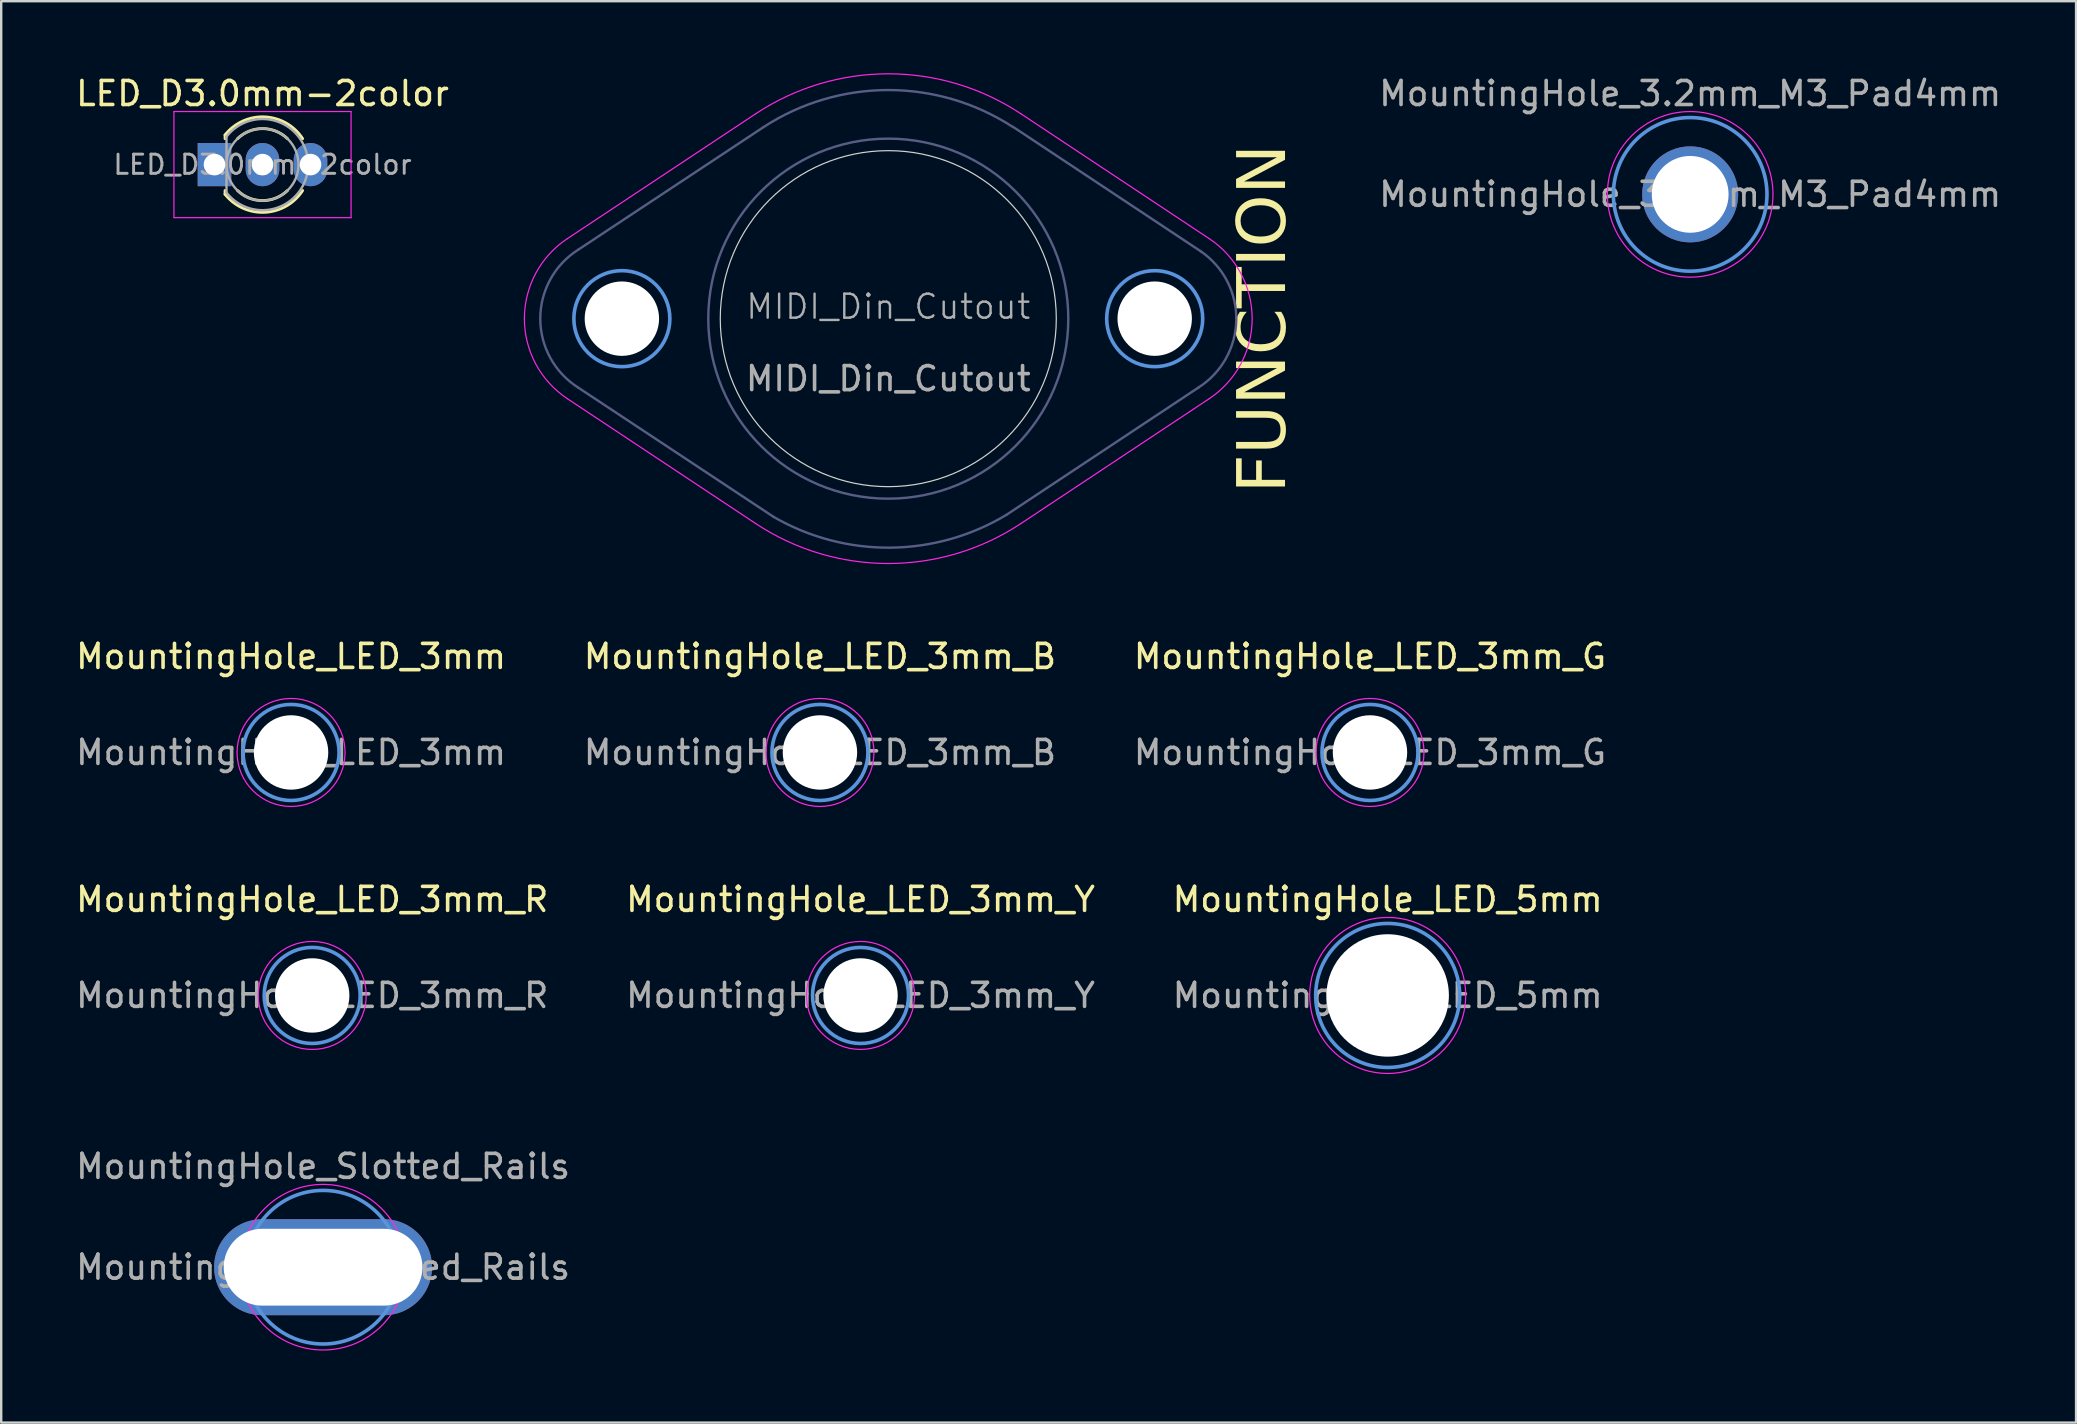
<source format=kicad_pcb>
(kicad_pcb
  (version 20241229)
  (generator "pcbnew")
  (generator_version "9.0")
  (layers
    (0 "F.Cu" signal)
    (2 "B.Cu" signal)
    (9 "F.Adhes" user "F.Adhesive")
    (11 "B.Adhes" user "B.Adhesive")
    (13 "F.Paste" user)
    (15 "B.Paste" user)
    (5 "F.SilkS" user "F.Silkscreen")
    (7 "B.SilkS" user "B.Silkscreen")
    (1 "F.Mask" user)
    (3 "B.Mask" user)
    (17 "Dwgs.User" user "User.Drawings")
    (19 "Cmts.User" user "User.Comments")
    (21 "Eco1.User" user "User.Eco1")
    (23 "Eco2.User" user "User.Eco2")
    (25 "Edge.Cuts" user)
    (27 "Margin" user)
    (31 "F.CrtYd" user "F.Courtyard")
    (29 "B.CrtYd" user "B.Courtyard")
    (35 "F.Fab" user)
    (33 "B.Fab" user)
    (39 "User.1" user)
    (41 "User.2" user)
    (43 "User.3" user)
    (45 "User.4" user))
  (footprint "MountingHole_3.2mm_M3_Pad4mm"
    (layer "F.Cu")
    (at 67.371 5.048)
    (property "Reference" "MountingHole_3.2mm_M3_Pad4mm" (at 0 -4.2 0) (layer "F.Fab") (effects (font (size 1 1) (thickness 0.15))))
    (attr exclude_from_pos_files exclude_from_bom)
    (fp_circle (center 0 0) (end 3.2 0) (stroke (width 0.15) (type solid)) (fill no) (layer "Cmts.User"))
    (fp_circle (center 0 0) (end 3.45 0) (stroke (width 0.05) (type solid)) (fill no) (layer "F.CrtYd"))
    (fp_text user "${REFERENCE}" (at 0 0 0) (layer "F.Fab") (effects (font (size 1 1) (thickness 0.15))))
    (pad "1" thru_hole circle (at 0 0) (size 4 4) (drill 3.2) (layers "*.Cu" "*.Mask")))
  (footprint "MountingHole_LED_3mm_G"
    (layer "F.Cu")
    (at 54.03 28.301)
    (property "Reference" "MountingHole_LED_3mm_G" (at 0 -4 0) (layer "F.SilkS") (effects (font (size 1 1) (thickness 0.15))))
    (attr exclude_from_pos_files exclude_from_bom)
    (fp_circle (center 0 0) (end 2 0) (stroke (width 0.15) (type solid)) (fill no) (layer "Cmts.User"))
    (fp_circle (center 0 0) (end 2.25 0) (stroke (width 0.05) (type solid)) (fill no) (layer "F.CrtYd"))
    (fp_text user "${REFERENCE}" (at 0 0 0) (layer "F.Fab") (effects (font (size 1 1) (thickness 0.15))))
    (pad "" np_thru_hole circle (at 0 0) (size 3.1 3.1) (drill 3.1) (layers "*.Cu" "*.Mask")))
  (footprint "MountingHole_Slotted_Rails"
    (layer "F.Cu")
    (at 10.411 49.748)
    (property "Reference" "MountingHole_Slotted_Rails" (at 0 -4.2 0) (layer "F.Fab") (effects (font (size 1 1) (thickness 0.15))))
    (attr exclude_from_pos_files exclude_from_bom)
    (fp_circle (center 0 0) (end 3.2 0) (stroke (width 0.15) (type solid)) (fill no) (layer "Cmts.User"))
    (fp_circle (center 0 0) (end 3.45 0) (stroke (width 0.05) (type solid)) (fill no) (layer "F.CrtYd"))
    (fp_text user "${REFERENCE}" (at 0 0 0) (layer "F.Fab") (effects (font (size 1 1) (thickness 0.15))))
    (pad "1" thru_hole oval (at 0 0) (size 9.08 4) (drill oval 8.28 3.2) (layers "*.Cu" "*.Mask")))
  (footprint "MountingHole_LED_3mm_R"
    (layer "F.Cu")
    (at 9.958 38.425)
    (property "Reference" "MountingHole_LED_3mm_R" (at 0 -4 0) (layer "F.SilkS") (effects (font (size 1 1) (thickness 0.15))))
    (attr exclude_from_pos_files exclude_from_bom)
    (fp_circle (center 0 0) (end 2 0) (stroke (width 0.15) (type solid)) (fill no) (layer "Cmts.User"))
    (fp_circle (center 0 0) (end 2.25 0) (stroke (width 0.05) (type solid)) (fill no) (layer "F.CrtYd"))
    (fp_text user "${REFERENCE}" (at 0 0 0) (layer "F.Fab") (effects (font (size 1 1) (thickness 0.15))))
    (pad "" np_thru_hole circle (at 0 0) (size 3.1 3.1) (drill 3.1) (layers "*.Cu" "*.Mask")))
  (footprint "MountingHole_LED_3mm"
    (layer "F.Cu")
    (at 9.077 28.301)
    (property "Reference" "MountingHole_LED_3mm" (at 0 -4 0) (layer "F.SilkS") (effects (font (size 1 1) (thickness 0.15))))
    (attr exclude_from_pos_files exclude_from_bom)
    (fp_circle (center 0 0) (end 2 0) (stroke (width 0.15) (type solid)) (fill no) (layer "Cmts.User"))
    (fp_circle (center 0 0) (end 2.25 0) (stroke (width 0.05) (type solid)) (fill no) (layer "F.CrtYd"))
    (fp_text user "${REFERENCE}" (at 0 0 0) (layer "F.Fab") (effects (font (size 1 1) (thickness 0.15))))
    (pad "" np_thru_hole circle (at 0 0) (size 3.1 3.1) (drill 3.1) (layers "*.Cu" "*.Mask")))
  (footprint "MountingHole_LED_3mm_Y"
    (layer "F.Cu")
    (at 32.804 38.425)
    (property "Reference" "MountingHole_LED_3mm_Y" (at 0 -4 0) (layer "F.SilkS") (effects (font (size 1 1) (thickness 0.15))))
    (attr exclude_from_pos_files exclude_from_bom)
    (fp_circle (center 0 0) (end 2 0) (stroke (width 0.15) (type solid)) (fill no) (layer "Cmts.User"))
    (fp_circle (center 0 0) (end 2.25 0) (stroke (width 0.05) (type solid)) (fill no) (layer "F.CrtYd"))
    (fp_text user "${REFERENCE}" (at 0 0 0) (layer "F.Fab") (effects (font (size 1 1) (thickness 0.15))))
    (pad "" np_thru_hole circle (at 0 0) (size 3.1 3.1) (drill 3.1) (layers "*.Cu" "*.Mask")))
  (footprint "MountingHole_LED_5mm"
    (layer "F.Cu")
    (at 54.768 38.425)
    (property "Reference" "MountingHole_LED_5mm" (at 0 -4 0) (layer "F.SilkS") (effects (font (size 1 1) (thickness 0.15))))
    (attr exclude_from_pos_files exclude_from_bom)
    (fp_circle (center 0 0) (end 3 0) (stroke (width 0.15) (type solid)) (fill no) (layer "Cmts.User"))
    (fp_circle (center 0 0) (end 3.25 0) (stroke (width 0.05) (type solid)) (fill no) (layer "F.CrtYd"))
    (fp_text user "${REFERENCE}" (at 0 0 0) (layer "F.Fab") (effects (font (size 1 1) (thickness 0.15))))
    (pad "" np_thru_hole circle (at 0 0) (size 5.1 5.1) (drill 5.1) (layers "*.Cu" "*.Mask")))
  (footprint "MIDI_Din_Cutout"
    (layer "F.Cu")
    (at 33.96 10.227)
    (property "Reference" "MIDI_Din_Cutout" (at 0 -0.5 0) (unlocked yes) (layer "F.Fab") (effects (font (size 1 1) (thickness 0.1))))
    (property "Function" "FUNCTION" (at 15.7 0 270) (layer "F.SilkS") (effects (font (face "Nulshock Rg") (size 2 2) (thickness 0.25))))
    (attr through_hole)
    (fp_circle (center -11.1 0) (end -9.1 0) (stroke (width 0.15) (type solid)) (fill no) (layer "Cmts.User"))
    (fp_circle (center 11.1 0) (end 13.1 0) (stroke (width 0.15) (type solid)) (fill no) (layer "Cmts.User"))
    (fp_circle (center 0 0) (end 0 -7) (stroke (width 0.05) (type default)) (fill no) (layer "Edge.Cuts"))
    (fp_line (start -13.372 3.334) (end -5.526 8.536) (stroke (width 0.05) (type default)) (layer "F.CrtYd"))
    (fp_line (start -5.526 -8.536) (end -13.372 -3.334) (stroke (width 0.05) (type default)) (layer "F.CrtYd"))
    (fp_line (start 5.526 8.536) (end 13.372 3.334) (stroke (width 0.05) (type default)) (layer "F.CrtYd"))
    (fp_line (start 13.372 -3.334) (end 5.526 -8.536) (stroke (width 0.05) (type default)) (layer "F.CrtYd"))
    (fp_arc (start -13.372026 3.333766) (mid -15.161595 0) (end -13.372026 -3.333766) (stroke (width 0.05) (type default)) (layer "F.CrtYd"))
    (fp_arc (start -5.526077 -8.53597) (mid 0.000002 -10.201556) (end 5.52608 -8.53597) (stroke (width 0.05) (type default)) (layer "F.CrtYd"))
    (fp_arc (start 5.52608 8.53597) (mid 0.000001 10.201556) (end -5.526077 8.53597) (stroke (width 0.05) (type default)) (layer "F.CrtYd"))
    (fp_arc (start 13.372026 -3.333766) (mid 15.161595 0) (end 13.372026 3.333766) (stroke (width 0.05) (type default)) (layer "F.CrtYd"))
    (fp_line (start -12.923 -2.87) (end -5.2 -7.98) (stroke (width 0.1) (type default)) (layer "B.Fab"))
    (fp_line (start -12.923 2.87) (end -4.786 8.254) (stroke (width 0.1) (type default)) (layer "B.Fab"))
    (fp_line (start 12.928 2.867) (end 4.931 8.168) (stroke (width 0.1) (type default)) (layer "B.Fab"))
    (fp_line (start 13.029 -2.8) (end 5.2 -7.99) (stroke (width 0.1) (type default)) (layer "B.Fab"))
    (fp_arc (start -12.923134 2.869874) (mid -14.5 0.000026) (end -12.923178 -2.869844) (stroke (width 0.1) (type default)) (layer "B.Fab"))
    (fp_arc (start -5.200167 -7.980216) (mid -0.00264 -9.524999) (end 5.195504 -7.983254) (stroke (width 0.1) (type default)) (layer "B.Fab"))
    (fp_arc (start 4.931321 8.168288) (mid -0.311425 9.536346) (end -4.785983 8.254285) (stroke (width 0.1) (type default)) (layer "B.Fab"))
    (fp_arc (start 13.02873 -2.8) (mid 14.499464 0.06037) (end 12.92819 2.866654) (stroke (width 0.1) (type default)) (layer "B.Fab"))
    (fp_circle (center 0 0) (end 0 -7.5) (stroke (width 0.1) (type default)) (fill no) (layer "B.Fab"))
    (fp_text user "${REFERENCE}" (at 0 2.5 0) (unlocked yes) (layer "F.Fab") (effects (font (size 1 1) (thickness 0.15))))
    (pad "" np_thru_hole circle (at -11.1 0) (size 3.1 3.1) (drill 3.1) (layers "*.Cu" "*.Mask"))
    (pad "" np_thru_hole circle (at 11.1 0) (size 3.1 3.1) (drill 3.1) (layers "*.Cu" "*.Mask")))
  (footprint "MountingHole_LED_3mm_B"
    (layer "F.Cu")
    (at 31.113 28.301)
    (property "Reference" "MountingHole_LED_3mm_B" (at 0 -4 0) (layer "F.SilkS") (effects (font (size 1 1) (thickness 0.15))))
    (attr exclude_from_pos_files exclude_from_bom)
    (fp_circle (center 0 0) (end 2 0) (stroke (width 0.15) (type solid)) (fill no) (layer "Cmts.User"))
    (fp_circle (center 0 0) (end 2.25 0) (stroke (width 0.05) (type solid)) (fill no) (layer "F.CrtYd"))
    (fp_text user "${REFERENCE}" (at 0 0 0) (layer "F.Fab") (effects (font (size 1 1) (thickness 0.15))))
    (pad "" np_thru_hole circle (at 0 0) (size 3.1 3.1) (drill 3.1) (layers "*.Cu" "*.Mask")))
  (footprint "LED_D3.0mm-2color"
    (layer "F.Cu")
    (at 7.887 3.808)
    (property "Reference" "LED_D3.0mm-2color" (at 0 -2.96 0) (layer "F.SilkS") (effects (font (size 1 1) (thickness 0.15))))
    (attr through_hole)
    (fp_line (start -1.56 -1.236) (end -1.56 -1.08) (stroke (width 0.12) (type solid)) (layer "F.SilkS"))
    (fp_line (start -1.56 1.08) (end -1.56 1.236) (stroke (width 0.12) (type solid)) (layer "F.SilkS"))
    (fp_arc (start -1.56 -1.235516) (mid 0.095624 -1.987701) (end 1.671397 -1.080061) (stroke (width 0.12) (type solid)) (layer "F.SilkS"))
    (fp_arc (start -1.040961 -1.08) (mid -0.000035 -1.5) (end 1.04091 -1.080049) (stroke (width 0.12) (type solid)) (layer "F.SilkS"))
    (fp_arc (start 1.04091 1.080049) (mid -0.000035 1.5) (end -1.040961 1.08) (stroke (width 0.12) (type solid)) (layer "F.SilkS"))
    (fp_arc (start 1.671397 1.080061) (mid 0.095624 1.987701) (end -1.56 1.235516) (stroke (width 0.12) (type solid)) (layer "F.SilkS"))
    (fp_line (start -3.69 -2.21) (end -3.69 2.21) (stroke (width 0.05) (type solid)) (layer "F.CrtYd"))
    (fp_line (start -3.69 2.21) (end 3.69 2.21) (stroke (width 0.05) (type solid)) (layer "F.CrtYd"))
    (fp_line (start 3.69 -2.21) (end -3.69 -2.21) (stroke (width 0.05) (type solid)) (layer "F.CrtYd"))
    (fp_line (start 3.69 2.21) (end 3.69 -2.21) (stroke (width 0.05) (type solid)) (layer "F.CrtYd"))
    (fp_line (start -1.5 -1.166) (end -1.5 1.166) (stroke (width 0.1) (type solid)) (layer "F.Fab"))
    (fp_arc (start -1.5 -1.16619) (mid 1.9 -0.000037) (end -1.499955 1.166249) (stroke (width 0.1) (type solid)) (layer "F.Fab"))
    (fp_circle (center 0 0) (end 1.5 0) (stroke (width 0.1) (type solid)) (fill no) (layer "F.Fab"))
    (fp_text user "${REFERENCE}" (at 0 0 0) (layer "F.Fab") (effects (font (size 0.8 0.8) (thickness 0.12))))
    (pad "1" thru_hole rect (at -2 0) (size 1.4 1.8) (drill 0.9) (layers "*.Cu" "*.Mask"))
    (pad "2" thru_hole oval (at 0 0) (size 1.4 1.8) (drill 0.9) (layers "*.Cu" "*.Mask"))
    (pad "3" thru_hole oval (at 2 0) (size 1.4 1.8) (drill 0.9) (layers "*.Cu" "*.Mask")))
  (gr_rect
    (start -3 -3)
    (end 83.449 56.223)
    (stroke (width 0.1) (type default))
    (fill no)
    (layer "Edge.Cuts")))
</source>
